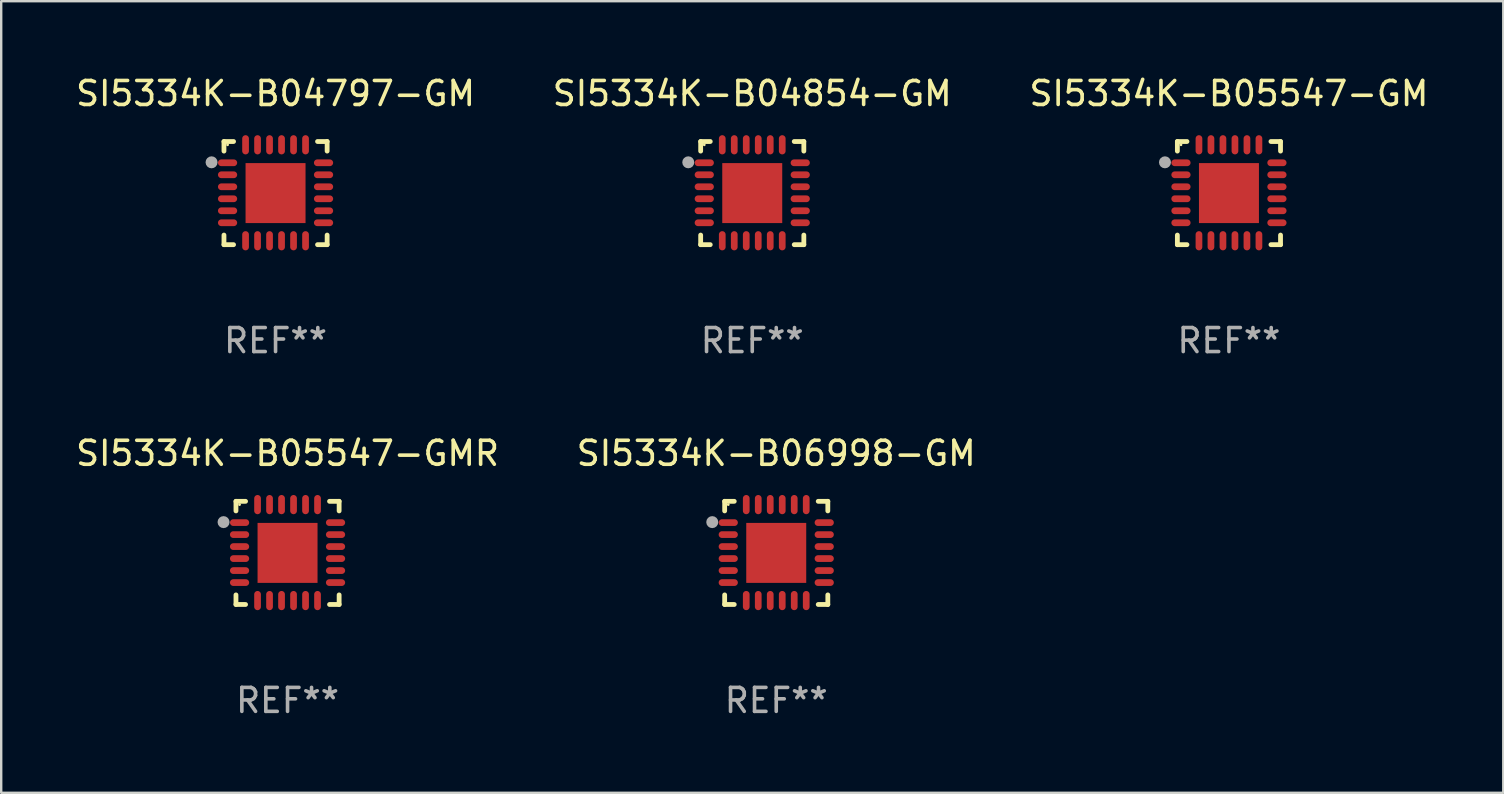
<source format=kicad_pcb>
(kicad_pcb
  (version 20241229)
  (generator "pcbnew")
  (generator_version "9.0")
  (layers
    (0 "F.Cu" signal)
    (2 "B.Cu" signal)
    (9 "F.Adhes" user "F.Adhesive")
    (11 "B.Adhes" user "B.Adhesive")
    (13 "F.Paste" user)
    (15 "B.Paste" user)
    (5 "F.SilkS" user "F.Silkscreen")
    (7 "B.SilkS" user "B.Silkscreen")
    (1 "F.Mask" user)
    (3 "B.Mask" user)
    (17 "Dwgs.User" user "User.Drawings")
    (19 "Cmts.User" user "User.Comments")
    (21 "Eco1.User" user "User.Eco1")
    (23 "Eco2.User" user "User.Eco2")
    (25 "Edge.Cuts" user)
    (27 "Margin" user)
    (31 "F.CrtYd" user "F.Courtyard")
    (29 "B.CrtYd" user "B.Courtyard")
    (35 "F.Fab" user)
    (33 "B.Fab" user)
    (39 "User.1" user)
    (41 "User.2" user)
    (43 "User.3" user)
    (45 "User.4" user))
  (footprint "SI5334K-B04797-GM"
    (layer "F.Cu")
    (at 8.435 4.998)
    (property "Reference" "SI5334K-B04797-GM" (at 0 -4.15 0) (layer "F.SilkS") (effects (font (size 1 1) (thickness 0.15))))
    (attr through_hole)
    (fp_line (start -2.15 -2.15) (end -1.75 -2.15) (stroke (width 0.2) (type solid)) (layer "F.SilkS"))
    (fp_line (start -2.15 -1.75) (end -2.15 -2.15) (stroke (width 0.2) (type solid)) (layer "F.SilkS"))
    (fp_line (start -2.15 2.15) (end -2.15 1.75) (stroke (width 0.2) (type solid)) (layer "F.SilkS"))
    (fp_line (start -1.75 2.15) (end -2.15 2.15) (stroke (width 0.2) (type solid)) (layer "F.SilkS"))
    (fp_line (start 1.75 -2.15) (end 2.15 -2.15) (stroke (width 0.2) (type solid)) (layer "F.SilkS"))
    (fp_line (start 1.75 2.15) (end 2.15 2.15) (stroke (width 0.2) (type solid)) (layer "F.SilkS"))
    (fp_line (start 2.15 -2.15) (end 2.15 -1.75) (stroke (width 0.2) (type solid)) (layer "F.SilkS"))
    (fp_line (start 2.15 2.15) (end 2.15 1.75) (stroke (width 0.2) (type solid)) (layer "F.SilkS"))
    (fp_circle (center -2 -2.013) (end -1.97 -2.013) (stroke (width 0.06) (type solid)) (fill no) (layer "F.SilkS"))
    (fp_circle (center -2.667 -1.283) (end -2.542 -1.283) (stroke (width 0.25) (type solid)) (fill no) (layer "F.Fab"))
    (fp_text user "REF**" (at 0 6.15 0) (layer "F.Fab") (effects (font (size 1 1) (thickness 0.15))))
    (pad "1" smd oval (at -2 -1.263) (size 0.8 0.28) (layers "F.Cu" "F.Mask" "F.Paste"))
    (pad "2" smd oval (at -2 -0.763) (size 0.8 0.28) (layers "F.Cu" "F.Mask" "F.Paste"))
    (pad "3" smd oval (at -2 -0.263) (size 0.8 0.28) (layers "F.Cu" "F.Mask" "F.Paste"))
    (pad "4" smd oval (at -2 0.237) (size 0.8 0.28) (layers "F.Cu" "F.Mask" "F.Paste"))
    (pad "5" smd oval (at -2 0.737) (size 0.8 0.28) (layers "F.Cu" "F.Mask" "F.Paste"))
    (pad "6" smd oval (at -2 1.237) (size 0.8 0.28) (layers "F.Cu" "F.Mask" "F.Paste"))
    (pad "7" smd oval (at -1.25 1.987) (size 0.28 0.8) (layers "F.Cu" "F.Mask" "F.Paste"))
    (pad "8" smd oval (at -0.75 1.987) (size 0.28 0.8) (layers "F.Cu" "F.Mask" "F.Paste"))
    (pad "9" smd oval (at -0.25 1.987) (size 0.28 0.8) (layers "F.Cu" "F.Mask" "F.Paste"))
    (pad "10" smd oval (at 0.25 1.987) (size 0.28 0.8) (layers "F.Cu" "F.Mask" "F.Paste"))
    (pad "11" smd oval (at 0.75 1.987) (size 0.28 0.8) (layers "F.Cu" "F.Mask" "F.Paste"))
    (pad "12" smd oval (at 1.25 1.987) (size 0.28 0.8) (layers "F.Cu" "F.Mask" "F.Paste"))
    (pad "13" smd oval (at 2 1.237) (size 0.8 0.28) (layers "F.Cu" "F.Mask" "F.Paste"))
    (pad "14" smd oval (at 2 0.737) (size 0.8 0.28) (layers "F.Cu" "F.Mask" "F.Paste"))
    (pad "15" smd oval (at 2 0.237) (size 0.8 0.28) (layers "F.Cu" "F.Mask" "F.Paste"))
    (pad "16" smd oval (at 2 -0.263) (size 0.8 0.28) (layers "F.Cu" "F.Mask" "F.Paste"))
    (pad "17" smd oval (at 2 -0.763) (size 0.8 0.28) (layers "F.Cu" "F.Mask" "F.Paste"))
    (pad "18" smd oval (at 2 -1.263) (size 0.8 0.28) (layers "F.Cu" "F.Mask" "F.Paste"))
    (pad "19" smd oval (at 1.25 -2.013) (size 0.28 0.8) (layers "F.Cu" "F.Mask" "F.Paste"))
    (pad "20" smd oval (at 0.75 -2.013) (size 0.28 0.8) (layers "F.Cu" "F.Mask" "F.Paste"))
    (pad "21" smd oval (at 0.25 -2.013) (size 0.28 0.8) (layers "F.Cu" "F.Mask" "F.Paste"))
    (pad "22" smd oval (at -0.25 -2.013) (size 0.28 0.8) (layers "F.Cu" "F.Mask" "F.Paste"))
    (pad "23" smd oval (at -0.75 -2.013) (size 0.28 0.8) (layers "F.Cu" "F.Mask" "F.Paste"))
    (pad "24" smd oval (at -1.25 -2.013) (size 0.28 0.8) (layers "F.Cu" "F.Mask" "F.Paste"))
    (pad "25" smd rect (at -0.000127 -0.00014) (size 2.5 2.5) (layers "F.Cu" "F.Mask" "F.Paste")))
  (footprint "SI5334K-B04854-GM"
    (layer "F.Cu")
    (at 28.304 4.998)
    (property "Reference" "SI5334K-B04854-GM" (at 0 -4.15 0) (layer "F.SilkS") (effects (font (size 1 1) (thickness 0.15))))
    (attr through_hole)
    (fp_line (start -2.15 -2.15) (end -1.75 -2.15) (stroke (width 0.2) (type solid)) (layer "F.SilkS"))
    (fp_line (start -2.15 -1.75) (end -2.15 -2.15) (stroke (width 0.2) (type solid)) (layer "F.SilkS"))
    (fp_line (start -2.15 2.15) (end -2.15 1.75) (stroke (width 0.2) (type solid)) (layer "F.SilkS"))
    (fp_line (start -1.75 2.15) (end -2.15 2.15) (stroke (width 0.2) (type solid)) (layer "F.SilkS"))
    (fp_line (start 1.75 -2.15) (end 2.15 -2.15) (stroke (width 0.2) (type solid)) (layer "F.SilkS"))
    (fp_line (start 1.75 2.15) (end 2.15 2.15) (stroke (width 0.2) (type solid)) (layer "F.SilkS"))
    (fp_line (start 2.15 -2.15) (end 2.15 -1.75) (stroke (width 0.2) (type solid)) (layer "F.SilkS"))
    (fp_line (start 2.15 2.15) (end 2.15 1.75) (stroke (width 0.2) (type solid)) (layer "F.SilkS"))
    (fp_circle (center -2 -2.013) (end -1.97 -2.013) (stroke (width 0.06) (type solid)) (fill no) (layer "F.SilkS"))
    (fp_circle (center -2.667 -1.283) (end -2.542 -1.283) (stroke (width 0.25) (type solid)) (fill no) (layer "F.Fab"))
    (fp_text user "REF**" (at 0 6.15 0) (layer "F.Fab") (effects (font (size 1 1) (thickness 0.15))))
    (pad "1" smd oval (at -2 -1.263) (size 0.8 0.28) (layers "F.Cu" "F.Mask" "F.Paste"))
    (pad "2" smd oval (at -2 -0.763) (size 0.8 0.28) (layers "F.Cu" "F.Mask" "F.Paste"))
    (pad "3" smd oval (at -2 -0.263) (size 0.8 0.28) (layers "F.Cu" "F.Mask" "F.Paste"))
    (pad "4" smd oval (at -2 0.237) (size 0.8 0.28) (layers "F.Cu" "F.Mask" "F.Paste"))
    (pad "5" smd oval (at -2 0.737) (size 0.8 0.28) (layers "F.Cu" "F.Mask" "F.Paste"))
    (pad "6" smd oval (at -2 1.237) (size 0.8 0.28) (layers "F.Cu" "F.Mask" "F.Paste"))
    (pad "7" smd oval (at -1.25 1.987) (size 0.28 0.8) (layers "F.Cu" "F.Mask" "F.Paste"))
    (pad "8" smd oval (at -0.75 1.987) (size 0.28 0.8) (layers "F.Cu" "F.Mask" "F.Paste"))
    (pad "9" smd oval (at -0.25 1.987) (size 0.28 0.8) (layers "F.Cu" "F.Mask" "F.Paste"))
    (pad "10" smd oval (at 0.25 1.987) (size 0.28 0.8) (layers "F.Cu" "F.Mask" "F.Paste"))
    (pad "11" smd oval (at 0.75 1.987) (size 0.28 0.8) (layers "F.Cu" "F.Mask" "F.Paste"))
    (pad "12" smd oval (at 1.25 1.987) (size 0.28 0.8) (layers "F.Cu" "F.Mask" "F.Paste"))
    (pad "13" smd oval (at 2 1.237) (size 0.8 0.28) (layers "F.Cu" "F.Mask" "F.Paste"))
    (pad "14" smd oval (at 2 0.737) (size 0.8 0.28) (layers "F.Cu" "F.Mask" "F.Paste"))
    (pad "15" smd oval (at 2 0.237) (size 0.8 0.28) (layers "F.Cu" "F.Mask" "F.Paste"))
    (pad "16" smd oval (at 2 -0.263) (size 0.8 0.28) (layers "F.Cu" "F.Mask" "F.Paste"))
    (pad "17" smd oval (at 2 -0.763) (size 0.8 0.28) (layers "F.Cu" "F.Mask" "F.Paste"))
    (pad "18" smd oval (at 2 -1.263) (size 0.8 0.28) (layers "F.Cu" "F.Mask" "F.Paste"))
    (pad "19" smd oval (at 1.25 -2.013) (size 0.28 0.8) (layers "F.Cu" "F.Mask" "F.Paste"))
    (pad "20" smd oval (at 0.75 -2.013) (size 0.28 0.8) (layers "F.Cu" "F.Mask" "F.Paste"))
    (pad "21" smd oval (at 0.25 -2.013) (size 0.28 0.8) (layers "F.Cu" "F.Mask" "F.Paste"))
    (pad "22" smd oval (at -0.25 -2.013) (size 0.28 0.8) (layers "F.Cu" "F.Mask" "F.Paste"))
    (pad "23" smd oval (at -0.75 -2.013) (size 0.28 0.8) (layers "F.Cu" "F.Mask" "F.Paste"))
    (pad "24" smd oval (at -1.25 -2.013) (size 0.28 0.8) (layers "F.Cu" "F.Mask" "F.Paste"))
    (pad "25" smd rect (at -0.000127 -0.00014) (size 2.5 2.5) (layers "F.Cu" "F.Mask" "F.Paste")))
  (footprint "SI5334K-B06998-GM"
    (layer "F.Cu")
    (at 29.304 19.995)
    (property "Reference" "SI5334K-B06998-GM" (at 0 -4.15 0) (layer "F.SilkS") (effects (font (size 1 1) (thickness 0.15))))
    (attr through_hole)
    (fp_line (start -2.15 -2.15) (end -1.75 -2.15) (stroke (width 0.2) (type solid)) (layer "F.SilkS"))
    (fp_line (start -2.15 -1.75) (end -2.15 -2.15) (stroke (width 0.2) (type solid)) (layer "F.SilkS"))
    (fp_line (start -2.15 2.15) (end -2.15 1.75) (stroke (width 0.2) (type solid)) (layer "F.SilkS"))
    (fp_line (start -1.75 2.15) (end -2.15 2.15) (stroke (width 0.2) (type solid)) (layer "F.SilkS"))
    (fp_line (start 1.75 -2.15) (end 2.15 -2.15) (stroke (width 0.2) (type solid)) (layer "F.SilkS"))
    (fp_line (start 1.75 2.15) (end 2.15 2.15) (stroke (width 0.2) (type solid)) (layer "F.SilkS"))
    (fp_line (start 2.15 -2.15) (end 2.15 -1.75) (stroke (width 0.2) (type solid)) (layer "F.SilkS"))
    (fp_line (start 2.15 2.15) (end 2.15 1.75) (stroke (width 0.2) (type solid)) (layer "F.SilkS"))
    (fp_circle (center -2 -2.013) (end -1.97 -2.013) (stroke (width 0.06) (type solid)) (fill no) (layer "F.SilkS"))
    (fp_circle (center -2.667 -1.283) (end -2.542 -1.283) (stroke (width 0.25) (type solid)) (fill no) (layer "F.Fab"))
    (fp_text user "REF**" (at 0 6.15 0) (layer "F.Fab") (effects (font (size 1 1) (thickness 0.15))))
    (pad "1" smd oval (at -2 -1.263) (size 0.8 0.28) (layers "F.Cu" "F.Mask" "F.Paste"))
    (pad "2" smd oval (at -2 -0.763) (size 0.8 0.28) (layers "F.Cu" "F.Mask" "F.Paste"))
    (pad "3" smd oval (at -2 -0.263) (size 0.8 0.28) (layers "F.Cu" "F.Mask" "F.Paste"))
    (pad "4" smd oval (at -2 0.237) (size 0.8 0.28) (layers "F.Cu" "F.Mask" "F.Paste"))
    (pad "5" smd oval (at -2 0.737) (size 0.8 0.28) (layers "F.Cu" "F.Mask" "F.Paste"))
    (pad "6" smd oval (at -2 1.237) (size 0.8 0.28) (layers "F.Cu" "F.Mask" "F.Paste"))
    (pad "7" smd oval (at -1.25 1.987) (size 0.28 0.8) (layers "F.Cu" "F.Mask" "F.Paste"))
    (pad "8" smd oval (at -0.75 1.987) (size 0.28 0.8) (layers "F.Cu" "F.Mask" "F.Paste"))
    (pad "9" smd oval (at -0.25 1.987) (size 0.28 0.8) (layers "F.Cu" "F.Mask" "F.Paste"))
    (pad "10" smd oval (at 0.25 1.987) (size 0.28 0.8) (layers "F.Cu" "F.Mask" "F.Paste"))
    (pad "11" smd oval (at 0.75 1.987) (size 0.28 0.8) (layers "F.Cu" "F.Mask" "F.Paste"))
    (pad "12" smd oval (at 1.25 1.987) (size 0.28 0.8) (layers "F.Cu" "F.Mask" "F.Paste"))
    (pad "13" smd oval (at 2 1.237) (size 0.8 0.28) (layers "F.Cu" "F.Mask" "F.Paste"))
    (pad "14" smd oval (at 2 0.737) (size 0.8 0.28) (layers "F.Cu" "F.Mask" "F.Paste"))
    (pad "15" smd oval (at 2 0.237) (size 0.8 0.28) (layers "F.Cu" "F.Mask" "F.Paste"))
    (pad "16" smd oval (at 2 -0.263) (size 0.8 0.28) (layers "F.Cu" "F.Mask" "F.Paste"))
    (pad "17" smd oval (at 2 -0.763) (size 0.8 0.28) (layers "F.Cu" "F.Mask" "F.Paste"))
    (pad "18" smd oval (at 2 -1.263) (size 0.8 0.28) (layers "F.Cu" "F.Mask" "F.Paste"))
    (pad "19" smd oval (at 1.25 -2.013) (size 0.28 0.8) (layers "F.Cu" "F.Mask" "F.Paste"))
    (pad "20" smd oval (at 0.75 -2.013) (size 0.28 0.8) (layers "F.Cu" "F.Mask" "F.Paste"))
    (pad "21" smd oval (at 0.25 -2.013) (size 0.28 0.8) (layers "F.Cu" "F.Mask" "F.Paste"))
    (pad "22" smd oval (at -0.25 -2.013) (size 0.28 0.8) (layers "F.Cu" "F.Mask" "F.Paste"))
    (pad "23" smd oval (at -0.75 -2.013) (size 0.28 0.8) (layers "F.Cu" "F.Mask" "F.Paste"))
    (pad "24" smd oval (at -1.25 -2.013) (size 0.28 0.8) (layers "F.Cu" "F.Mask" "F.Paste"))
    (pad "25" smd rect (at -0.000127 -0.00014) (size 2.5 2.5) (layers "F.Cu" "F.Mask" "F.Paste")))
  (footprint "SI5334K-B05547-GM"
    (layer "F.Cu")
    (at 48.173 4.998)
    (property "Reference" "SI5334K-B05547-GM" (at 0 -4.15 0) (layer "F.SilkS") (effects (font (size 1 1) (thickness 0.15))))
    (attr through_hole)
    (fp_line (start -2.15 -2.15) (end -1.75 -2.15) (stroke (width 0.2) (type solid)) (layer "F.SilkS"))
    (fp_line (start -2.15 -1.75) (end -2.15 -2.15) (stroke (width 0.2) (type solid)) (layer "F.SilkS"))
    (fp_line (start -2.15 2.15) (end -2.15 1.75) (stroke (width 0.2) (type solid)) (layer "F.SilkS"))
    (fp_line (start -1.75 2.15) (end -2.15 2.15) (stroke (width 0.2) (type solid)) (layer "F.SilkS"))
    (fp_line (start 1.75 -2.15) (end 2.15 -2.15) (stroke (width 0.2) (type solid)) (layer "F.SilkS"))
    (fp_line (start 1.75 2.15) (end 2.15 2.15) (stroke (width 0.2) (type solid)) (layer "F.SilkS"))
    (fp_line (start 2.15 -2.15) (end 2.15 -1.75) (stroke (width 0.2) (type solid)) (layer "F.SilkS"))
    (fp_line (start 2.15 2.15) (end 2.15 1.75) (stroke (width 0.2) (type solid)) (layer "F.SilkS"))
    (fp_circle (center -2 -2.013) (end -1.97 -2.013) (stroke (width 0.06) (type solid)) (fill no) (layer "F.SilkS"))
    (fp_circle (center -2.667 -1.283) (end -2.542 -1.283) (stroke (width 0.25) (type solid)) (fill no) (layer "F.Fab"))
    (fp_text user "REF**" (at 0 6.15 0) (layer "F.Fab") (effects (font (size 1 1) (thickness 0.15))))
    (pad "1" smd oval (at -2 -1.263) (size 0.8 0.28) (layers "F.Cu" "F.Mask" "F.Paste"))
    (pad "2" smd oval (at -2 -0.763) (size 0.8 0.28) (layers "F.Cu" "F.Mask" "F.Paste"))
    (pad "3" smd oval (at -2 -0.263) (size 0.8 0.28) (layers "F.Cu" "F.Mask" "F.Paste"))
    (pad "4" smd oval (at -2 0.237) (size 0.8 0.28) (layers "F.Cu" "F.Mask" "F.Paste"))
    (pad "5" smd oval (at -2 0.737) (size 0.8 0.28) (layers "F.Cu" "F.Mask" "F.Paste"))
    (pad "6" smd oval (at -2 1.237) (size 0.8 0.28) (layers "F.Cu" "F.Mask" "F.Paste"))
    (pad "7" smd oval (at -1.25 1.987) (size 0.28 0.8) (layers "F.Cu" "F.Mask" "F.Paste"))
    (pad "8" smd oval (at -0.75 1.987) (size 0.28 0.8) (layers "F.Cu" "F.Mask" "F.Paste"))
    (pad "9" smd oval (at -0.25 1.987) (size 0.28 0.8) (layers "F.Cu" "F.Mask" "F.Paste"))
    (pad "10" smd oval (at 0.25 1.987) (size 0.28 0.8) (layers "F.Cu" "F.Mask" "F.Paste"))
    (pad "11" smd oval (at 0.75 1.987) (size 0.28 0.8) (layers "F.Cu" "F.Mask" "F.Paste"))
    (pad "12" smd oval (at 1.25 1.987) (size 0.28 0.8) (layers "F.Cu" "F.Mask" "F.Paste"))
    (pad "13" smd oval (at 2 1.237) (size 0.8 0.28) (layers "F.Cu" "F.Mask" "F.Paste"))
    (pad "14" smd oval (at 2 0.737) (size 0.8 0.28) (layers "F.Cu" "F.Mask" "F.Paste"))
    (pad "15" smd oval (at 2 0.237) (size 0.8 0.28) (layers "F.Cu" "F.Mask" "F.Paste"))
    (pad "16" smd oval (at 2 -0.263) (size 0.8 0.28) (layers "F.Cu" "F.Mask" "F.Paste"))
    (pad "17" smd oval (at 2 -0.763) (size 0.8 0.28) (layers "F.Cu" "F.Mask" "F.Paste"))
    (pad "18" smd oval (at 2 -1.263) (size 0.8 0.28) (layers "F.Cu" "F.Mask" "F.Paste"))
    (pad "19" smd oval (at 1.25 -2.013) (size 0.28 0.8) (layers "F.Cu" "F.Mask" "F.Paste"))
    (pad "20" smd oval (at 0.75 -2.013) (size 0.28 0.8) (layers "F.Cu" "F.Mask" "F.Paste"))
    (pad "21" smd oval (at 0.25 -2.013) (size 0.28 0.8) (layers "F.Cu" "F.Mask" "F.Paste"))
    (pad "22" smd oval (at -0.25 -2.013) (size 0.28 0.8) (layers "F.Cu" "F.Mask" "F.Paste"))
    (pad "23" smd oval (at -0.75 -2.013) (size 0.28 0.8) (layers "F.Cu" "F.Mask" "F.Paste"))
    (pad "24" smd oval (at -1.25 -2.013) (size 0.28 0.8) (layers "F.Cu" "F.Mask" "F.Paste"))
    (pad "25" smd rect (at -0.000127 -0.00014) (size 2.5 2.5) (layers "F.Cu" "F.Mask" "F.Paste")))
  (footprint "SI5334K-B05547-GMR"
    (layer "F.Cu")
    (at 8.935 19.995)
    (property "Reference" "SI5334K-B05547-GMR" (at 0 -4.15 0) (layer "F.SilkS") (effects (font (size 1 1) (thickness 0.15))))
    (attr through_hole)
    (fp_line (start -2.15 -2.15) (end -1.75 -2.15) (stroke (width 0.2) (type solid)) (layer "F.SilkS"))
    (fp_line (start -2.15 -1.75) (end -2.15 -2.15) (stroke (width 0.2) (type solid)) (layer "F.SilkS"))
    (fp_line (start -2.15 2.15) (end -2.15 1.75) (stroke (width 0.2) (type solid)) (layer "F.SilkS"))
    (fp_line (start -1.75 2.15) (end -2.15 2.15) (stroke (width 0.2) (type solid)) (layer "F.SilkS"))
    (fp_line (start 1.75 -2.15) (end 2.15 -2.15) (stroke (width 0.2) (type solid)) (layer "F.SilkS"))
    (fp_line (start 1.75 2.15) (end 2.15 2.15) (stroke (width 0.2) (type solid)) (layer "F.SilkS"))
    (fp_line (start 2.15 -2.15) (end 2.15 -1.75) (stroke (width 0.2) (type solid)) (layer "F.SilkS"))
    (fp_line (start 2.15 2.15) (end 2.15 1.75) (stroke (width 0.2) (type solid)) (layer "F.SilkS"))
    (fp_circle (center -2 -2.013) (end -1.97 -2.013) (stroke (width 0.06) (type solid)) (fill no) (layer "F.SilkS"))
    (fp_circle (center -2.667 -1.283) (end -2.542 -1.283) (stroke (width 0.25) (type solid)) (fill no) (layer "F.Fab"))
    (fp_text user "REF**" (at 0 6.15 0) (layer "F.Fab") (effects (font (size 1 1) (thickness 0.15))))
    (pad "1" smd oval (at -2 -1.263) (size 0.8 0.28) (layers "F.Cu" "F.Mask" "F.Paste"))
    (pad "2" smd oval (at -2 -0.763) (size 0.8 0.28) (layers "F.Cu" "F.Mask" "F.Paste"))
    (pad "3" smd oval (at -2 -0.263) (size 0.8 0.28) (layers "F.Cu" "F.Mask" "F.Paste"))
    (pad "4" smd oval (at -2 0.237) (size 0.8 0.28) (layers "F.Cu" "F.Mask" "F.Paste"))
    (pad "5" smd oval (at -2 0.737) (size 0.8 0.28) (layers "F.Cu" "F.Mask" "F.Paste"))
    (pad "6" smd oval (at -2 1.237) (size 0.8 0.28) (layers "F.Cu" "F.Mask" "F.Paste"))
    (pad "7" smd oval (at -1.25 1.987) (size 0.28 0.8) (layers "F.Cu" "F.Mask" "F.Paste"))
    (pad "8" smd oval (at -0.75 1.987) (size 0.28 0.8) (layers "F.Cu" "F.Mask" "F.Paste"))
    (pad "9" smd oval (at -0.25 1.987) (size 0.28 0.8) (layers "F.Cu" "F.Mask" "F.Paste"))
    (pad "10" smd oval (at 0.25 1.987) (size 0.28 0.8) (layers "F.Cu" "F.Mask" "F.Paste"))
    (pad "11" smd oval (at 0.75 1.987) (size 0.28 0.8) (layers "F.Cu" "F.Mask" "F.Paste"))
    (pad "12" smd oval (at 1.25 1.987) (size 0.28 0.8) (layers "F.Cu" "F.Mask" "F.Paste"))
    (pad "13" smd oval (at 2 1.237) (size 0.8 0.28) (layers "F.Cu" "F.Mask" "F.Paste"))
    (pad "14" smd oval (at 2 0.737) (size 0.8 0.28) (layers "F.Cu" "F.Mask" "F.Paste"))
    (pad "15" smd oval (at 2 0.237) (size 0.8 0.28) (layers "F.Cu" "F.Mask" "F.Paste"))
    (pad "16" smd oval (at 2 -0.263) (size 0.8 0.28) (layers "F.Cu" "F.Mask" "F.Paste"))
    (pad "17" smd oval (at 2 -0.763) (size 0.8 0.28) (layers "F.Cu" "F.Mask" "F.Paste"))
    (pad "18" smd oval (at 2 -1.263) (size 0.8 0.28) (layers "F.Cu" "F.Mask" "F.Paste"))
    (pad "19" smd oval (at 1.25 -2.013) (size 0.28 0.8) (layers "F.Cu" "F.Mask" "F.Paste"))
    (pad "20" smd oval (at 0.75 -2.013) (size 0.28 0.8) (layers "F.Cu" "F.Mask" "F.Paste"))
    (pad "21" smd oval (at 0.25 -2.013) (size 0.28 0.8) (layers "F.Cu" "F.Mask" "F.Paste"))
    (pad "22" smd oval (at -0.25 -2.013) (size 0.28 0.8) (layers "F.Cu" "F.Mask" "F.Paste"))
    (pad "23" smd oval (at -0.75 -2.013) (size 0.28 0.8) (layers "F.Cu" "F.Mask" "F.Paste"))
    (pad "24" smd oval (at -1.25 -2.013) (size 0.28 0.8) (layers "F.Cu" "F.Mask" "F.Paste"))
    (pad "25" smd rect (at -0.000127 -0.00014) (size 2.5 2.5) (layers "F.Cu" "F.Mask" "F.Paste")))
  (gr_rect
    (start -3 -3)
    (end 59.607 29.993)
    (stroke (width 0.1) (type default))
    (fill no)
    (layer "Edge.Cuts")))
</source>
